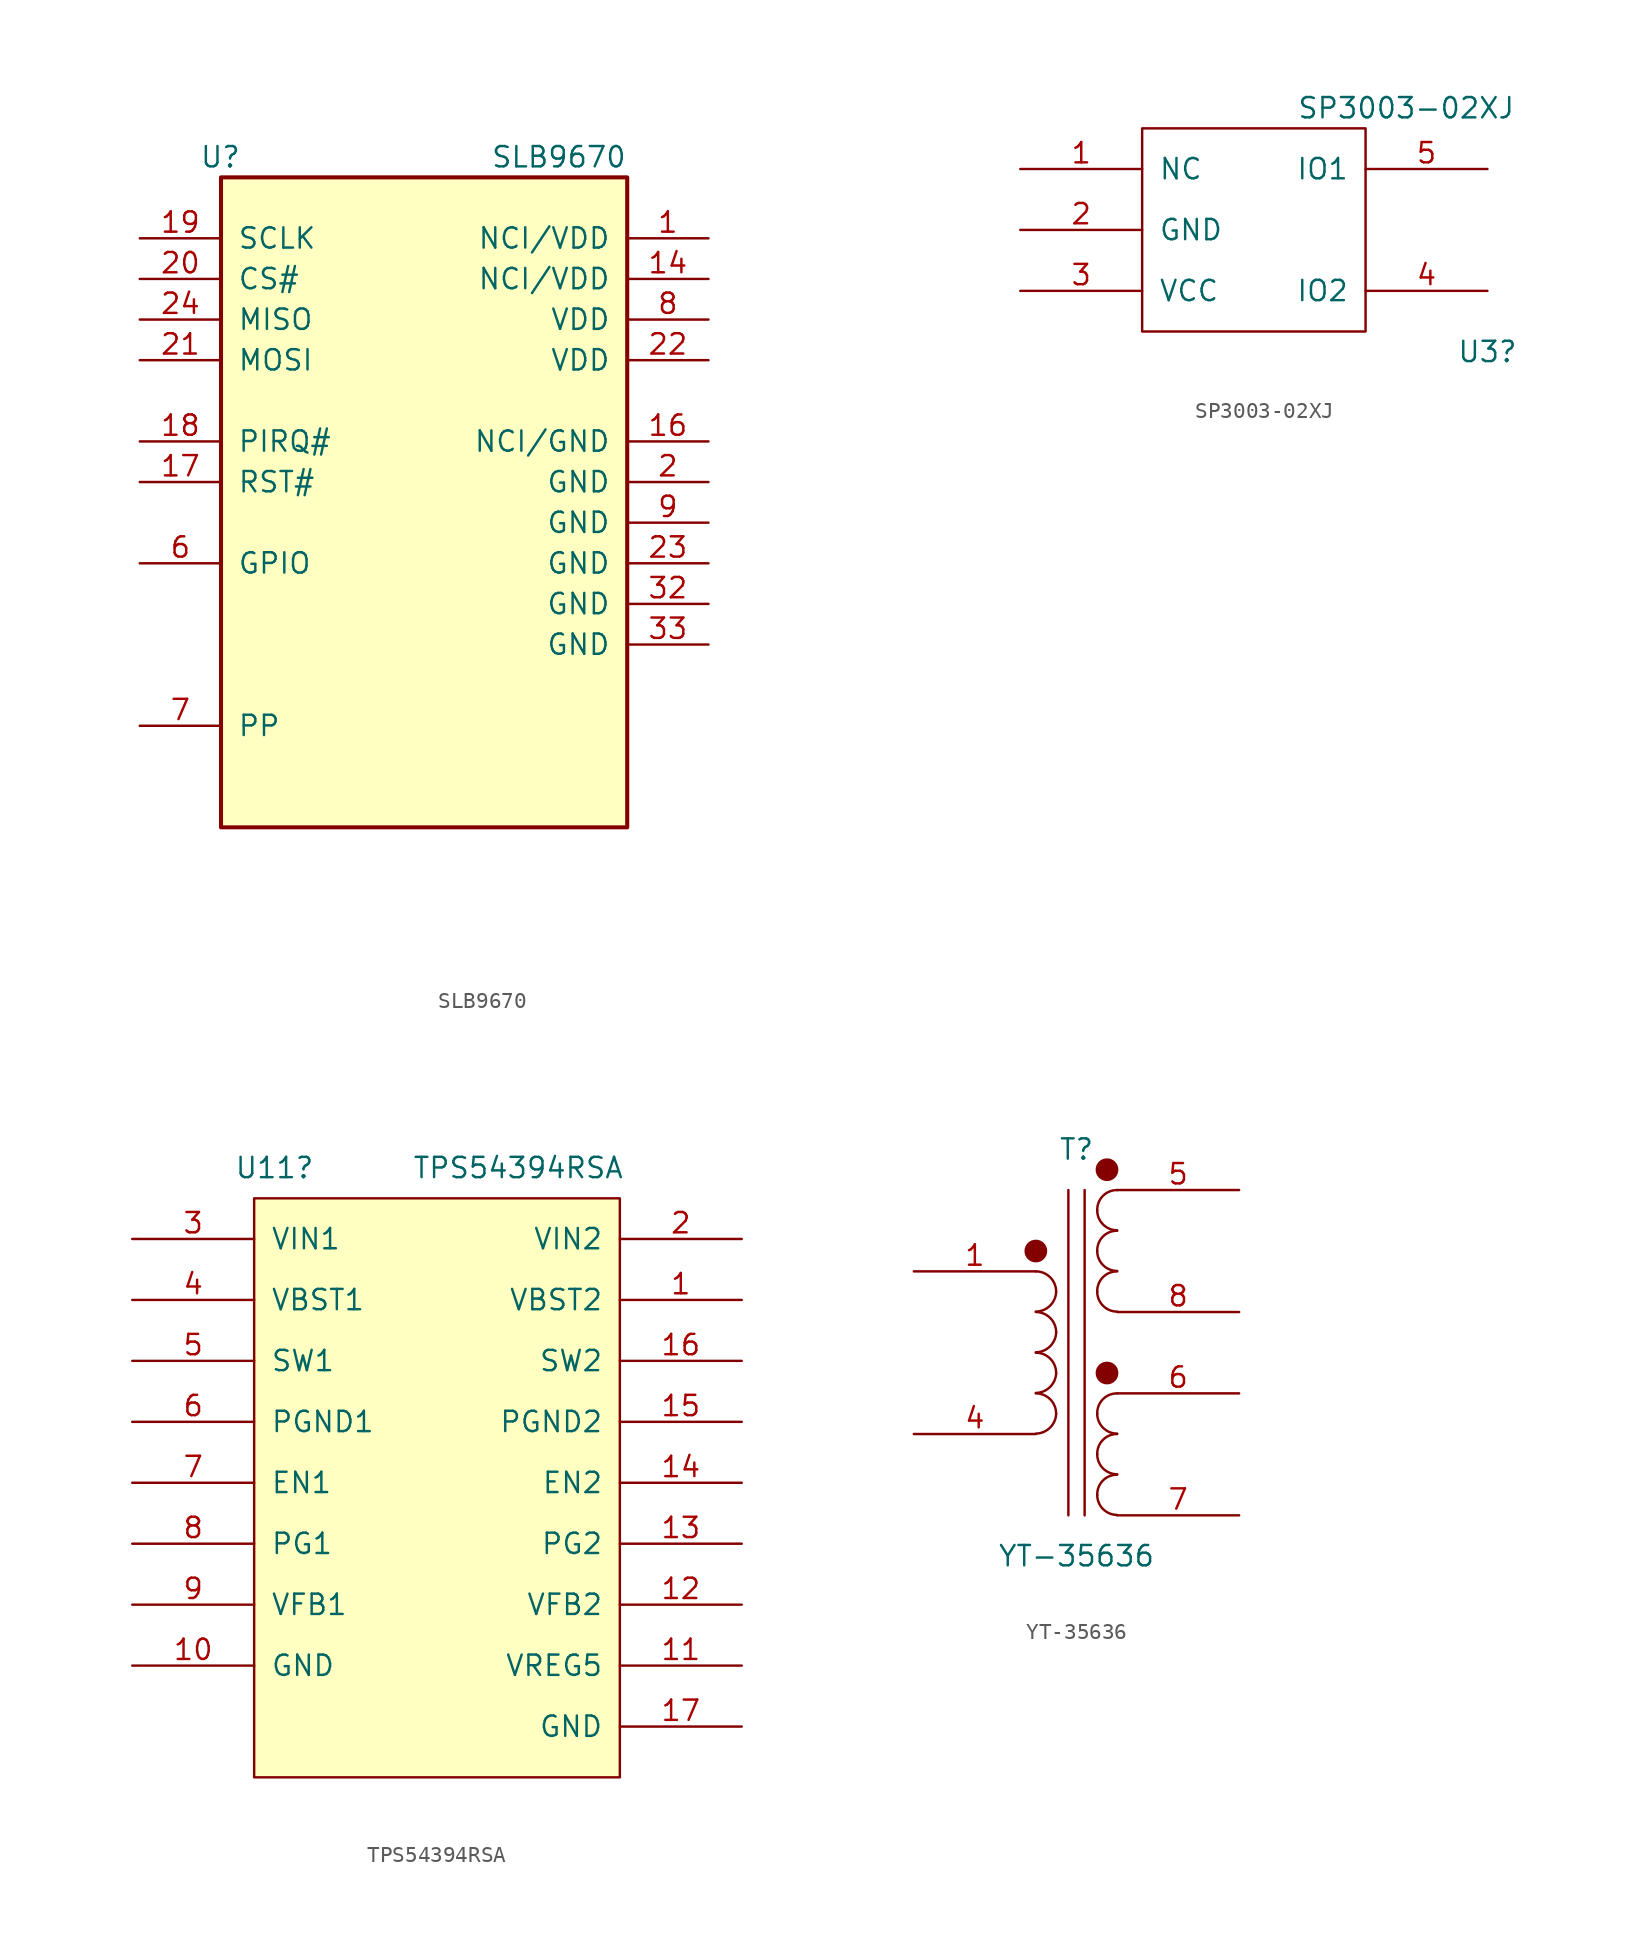
<source format=kicad_sym>
(kicad_symbol_lib
  (version 20211014)
  (generator kicad_symbol_editor)
  (symbol "SLB9670"
    (pin_names
      (offset 1.016))
    (property "Reference" "U"
      (at -11.43 26.67 0)
      (effects (font (size 1.27 1.27)) (justify right)))
    (property "Value" "SLB9670"
      (at 12.7 26.67 0)
      (effects (font (size 1.27 1.27)) (justify right)))
    (symbol "SLB9670_1_1"
      (rectangle (start -12.7 25.4) (end 12.7 -15.24) (stroke (width 0.254) (type default) (color 0 0 0 0)) (fill (type background)))
      (pin power_in line (at 17.78 21.59 180) (length 5.08) (name "NCI/VDD" (effects (font (size 1.27 1.27)))) (number "1" (effects (font (size 1.27 1.27)))))
      (pin no_connect line (at 2.54 -20.32 90) (length 5.08) hide (name "NCI" (effects (font (size 1.27 1.27)))) (number "10" (effects (font (size 1.27 1.27)))))
      (pin no_connect line (at 5.08 -20.32 90) (length 5.08) hide (name "NCI" (effects (font (size 1.27 1.27)))) (number "11" (effects (font (size 1.27 1.27)))))
      (pin no_connect line (at 7.62 -20.32 90) (length 5.08) hide (name "NCI" (effects (font (size 1.27 1.27)))) (number "12" (effects (font (size 1.27 1.27)))))
      (pin no_connect line (at 10.16 -20.32 90) (length 5.08) hide (name "NCI" (effects (font (size 1.27 1.27)))) (number "13" (effects (font (size 1.27 1.27)))))
      (pin power_in line (at 17.78 19.05 180) (length 5.08) (name "NCI/VDD" (effects (font (size 1.27 1.27)))) (number "14" (effects (font (size 1.27 1.27)))))
      (pin no_connect line (at 12.7 -20.32 90) (length 5.08) hide (name "NCI" (effects (font (size 1.27 1.27)))) (number "15" (effects (font (size 1.27 1.27)))))
      (pin power_in line (at 17.78 8.89 180) (length 5.08) (name "NCI/GND" (effects (font (size 1.27 1.27)))) (number "16" (effects (font (size 1.27 1.27)))))
      (pin input line (at -17.78 6.35 0) (length 5.08) (name "RST#" (effects (font (size 1.27 1.27)))) (number "17" (effects (font (size 1.27 1.27)))))
      (pin output line (at -17.78 8.89 0) (length 5.08) (name "PIRQ#" (effects (font (size 1.27 1.27)))) (number "18" (effects (font (size 1.27 1.27)))))
      (pin input line (at -17.78 21.59 0) (length 5.08) (name "SCLK" (effects (font (size 1.27 1.27)))) (number "19" (effects (font (size 1.27 1.27)))))
      (pin power_in line (at 17.78 6.35 180) (length 5.08) (name "GND" (effects (font (size 1.27 1.27)))) (number "2" (effects (font (size 1.27 1.27)))))
      (pin input line (at -17.78 19.05 0) (length 5.08) (name "CS#" (effects (font (size 1.27 1.27)))) (number "20" (effects (font (size 1.27 1.27)))))
      (pin input line (at -17.78 13.97 0) (length 5.08) (name "MOSI" (effects (font (size 1.27 1.27)))) (number "21" (effects (font (size 1.27 1.27)))))
      (pin power_in line (at 17.78 13.97 180) (length 5.08) (name "VDD" (effects (font (size 1.27 1.27)))) (number "22" (effects (font (size 1.27 1.27)))))
      (pin power_in line (at 17.78 1.27 180) (length 5.08) (name "GND" (effects (font (size 1.27 1.27)))) (number "23" (effects (font (size 1.27 1.27)))))
      (pin output line (at -17.78 16.51 0) (length 5.08) (name "MISO" (effects (font (size 1.27 1.27)))) (number "24" (effects (font (size 1.27 1.27)))))
      (pin no_connect line (at 15.24 -20.32 90) (length 5.08) hide (name "NCI" (effects (font (size 1.27 1.27)))) (number "25" (effects (font (size 1.27 1.27)))))
      (pin no_connect line (at 17.78 -20.32 90) (length 5.08) hide (name "NCI" (effects (font (size 1.27 1.27)))) (number "26" (effects (font (size 1.27 1.27)))))
      (pin no_connect line (at 20.32 -20.32 90) (length 5.08) hide (name "NCI" (effects (font (size 1.27 1.27)))) (number "27" (effects (font (size 1.27 1.27)))))
      (pin no_connect line (at 22.86 -20.32 90) (length 5.08) hide (name "NCI" (effects (font (size 1.27 1.27)))) (number "28" (effects (font (size 1.27 1.27)))))
      (pin no_connect line (at -10.16 -20.32 90) (length 5.08) hide (name "NC" (effects (font (size 1.27 1.27)))) (number "29" (effects (font (size 1.27 1.27)))))
      (pin no_connect line (at -5.08 -20.32 90) (length 5.08) hide (name "NCI" (effects (font (size 1.27 1.27)))) (number "3" (effects (font (size 1.27 1.27)))))
      (pin no_connect line (at -7.62 -20.32 90) (length 5.08) hide (name "NC" (effects (font (size 1.27 1.27)))) (number "30" (effects (font (size 1.27 1.27)))))
      (pin no_connect line (at 25.4 -20.32 90) (length 5.08) hide (name "NCI" (effects (font (size 1.27 1.27)))) (number "31" (effects (font (size 1.27 1.27)))))
      (pin power_in line (at 17.78 -1.27 180) (length 5.08) (name "GND" (effects (font (size 1.27 1.27)))) (number "32" (effects (font (size 1.27 1.27)))))
      (pin power_in line (at 17.78 -3.81 180) (length 5.08) (name "GND" (effects (font (size 1.27 1.27)))) (number "33" (effects (font (size 1.27 1.27)))))
      (pin no_connect line (at -2.54 -20.32 90) (length 5.08) hide (name "NCI" (effects (font (size 1.27 1.27)))) (number "4" (effects (font (size 1.27 1.27)))))
      (pin no_connect line (at 0 -20.32 90) (length 5.08) hide (name "NCI" (effects (font (size 1.27 1.27)))) (number "5" (effects (font (size 1.27 1.27)))))
      (pin input line (at -17.78 1.27 0) (length 5.08) (name "GPIO" (effects (font (size 1.27 1.27)))) (number "6" (effects (font (size 1.27 1.27)))))
      (pin input line (at -17.78 -8.89 0) (length 5.08) (name "PP" (effects (font (size 1.27 1.27)))) (number "7" (effects (font (size 1.27 1.27)))))
      (pin power_in line (at 17.78 16.51 180) (length 5.08) (name "VDD" (effects (font (size 1.27 1.27)))) (number "8" (effects (font (size 1.27 1.27)))))
      (pin power_in line (at 17.78 3.81 180) (length 5.08) (name "GND" (effects (font (size 1.27 1.27)))) (number "9" (effects (font (size 1.27 1.27)))))))
  (symbol "SP3003-02XJ"
    (pin_names
      (offset 1.016))
    (property "Reference" "U3"
      (at 10.16 -7.62 0)
      (effects (font (size 1.27 1.27))))
    (property "Value" "SP3003-02XJ"
      (at 5.08 7.62 0)
      (effects (font (size 1.27 1.27))))
    (symbol "SP3003-02XJ_1_0"
      (rectangle (start -11.43 -6.35) (end 2.54 6.35) (stroke (width 0) (type default) (color 0 0 0 0)) (fill (type none))))
    (symbol "SP3003-02XJ_1_1"
      (pin input line (at -19.05 3.81 0) (length 7.62) (name "NC" (effects (font (size 1.27 1.27)))) (number "1" (effects (font (size 1.27 1.27)))))
      (pin input line (at -19.05 0 0) (length 7.62) (name "GND" (effects (font (size 1.27 1.27)))) (number "2" (effects (font (size 1.27 1.27)))))
      (pin input line (at -19.05 -3.81 0) (length 7.62) (name "VCC" (effects (font (size 1.27 1.27)))) (number "3" (effects (font (size 1.27 1.27)))))
      (pin input line (at 10.16 -3.81 180) (length 7.62) (name "IO2" (effects (font (size 1.27 1.27)))) (number "4" (effects (font (size 1.27 1.27)))))
      (pin input line (at 10.16 3.81 180) (length 7.62) (name "IO1" (effects (font (size 1.27 1.27)))) (number "5" (effects (font (size 1.27 1.27)))))))
  (symbol "TPS54394RSA"
    (pin_names
      (offset 1.016))
    (property "Reference" "U11"
      (at -10.16 19.685 0)
      (effects (font (size 1.27 1.27))))
    (property "Value" "TPS54394RSA"
      (at 5.08 19.685 0)
      (effects (font (size 1.27 1.27))))
    (symbol "TPS54394RSA_1_0"
      (rectangle (start -11.43 17.78) (end 11.43 -18.415) (stroke (width 0) (type default) (color 0 0 0 0)) (fill (type background))))
    (symbol "TPS54394RSA_1_1"
      (pin input line (at 19.05 11.43 180) (length 7.62) (name "VBST2" (effects (font (size 1.27 1.27)))) (number "1" (effects (font (size 1.27 1.27)))))
      (pin input line (at -19.05 -11.43 0) (length 7.62) (name "GND" (effects (font (size 1.27 1.27)))) (number "10" (effects (font (size 1.27 1.27)))))
      (pin input line (at 19.05 -11.43 180) (length 7.62) (name "VREG5" (effects (font (size 1.27 1.27)))) (number "11" (effects (font (size 1.27 1.27)))))
      (pin input line (at 19.05 -7.62 180) (length 7.62) (name "VFB2" (effects (font (size 1.27 1.27)))) (number "12" (effects (font (size 1.27 1.27)))))
      (pin input line (at 19.05 -3.81 180) (length 7.62) (name "PG2" (effects (font (size 1.27 1.27)))) (number "13" (effects (font (size 1.27 1.27)))))
      (pin input line (at 19.05 0 180) (length 7.62) (name "EN2" (effects (font (size 1.27 1.27)))) (number "14" (effects (font (size 1.27 1.27)))))
      (pin input line (at 19.05 3.81 180) (length 7.62) (name "PGND2" (effects (font (size 1.27 1.27)))) (number "15" (effects (font (size 1.27 1.27)))))
      (pin input line (at 19.05 7.62 180) (length 7.62) (name "SW2" (effects (font (size 1.27 1.27)))) (number "16" (effects (font (size 1.27 1.27)))))
      (pin input line (at 19.05 -15.24 180) (length 7.62) (name "GND" (effects (font (size 1.27 1.27)))) (number "17" (effects (font (size 1.27 1.27)))))
      (pin input line (at 19.05 15.24 180) (length 7.62) (name "VIN2" (effects (font (size 1.27 1.27)))) (number "2" (effects (font (size 1.27 1.27)))))
      (pin input line (at -19.05 15.24 0) (length 7.62) (name "VIN1" (effects (font (size 1.27 1.27)))) (number "3" (effects (font (size 1.27 1.27)))))
      (pin input line (at -19.05 11.43 0) (length 7.62) (name "VBST1" (effects (font (size 1.27 1.27)))) (number "4" (effects (font (size 1.27 1.27)))))
      (pin input line (at -19.05 7.62 0) (length 7.62) (name "SW1" (effects (font (size 1.27 1.27)))) (number "5" (effects (font (size 1.27 1.27)))))
      (pin input line (at -19.05 3.81 0) (length 7.62) (name "PGND1" (effects (font (size 1.27 1.27)))) (number "6" (effects (font (size 1.27 1.27)))))
      (pin input line (at -19.05 0 0) (length 7.62) (name "EN1" (effects (font (size 1.27 1.27)))) (number "7" (effects (font (size 1.27 1.27)))))
      (pin input line (at -19.05 -3.81 0) (length 7.62) (name "PG1" (effects (font (size 1.27 1.27)))) (number "8" (effects (font (size 1.27 1.27)))))
      (pin input line (at -19.05 -7.62 0) (length 7.62) (name "VFB1" (effects (font (size 1.27 1.27)))) (number "9" (effects (font (size 1.27 1.27)))))))
  (symbol "YT-35636"
    (pin_names
      (offset 1.016) hide)
    (property "Reference" "T"
      (at 0 12.7 0)
      (effects (font (size 1.27 1.27))))
    (property "Value" "YT-35636"
      (at 0 -12.7 0)
      (effects (font (size 1.27 1.27))))
    (symbol "YT-35636_0_1"
      (arc (start -2.54 -5.0546) (mid -1.6561 -4.6863) (end -1.27 -3.81) (stroke (width 0) (type default) (color 0 0 0 0)) (fill (type none)))
      (arc (start -2.54 -2.5146) (mid -1.6561 -2.1463) (end -1.27 -1.27) (stroke (width 0) (type default) (color 0 0 0 0)) (fill (type none)))
      (arc (start -2.54 0.0254) (mid -1.6561 0.3937) (end -1.27 1.27) (stroke (width 0) (type default) (color 0 0 0 0)) (fill (type none)))
      (arc (start -2.54 2.5654) (mid -1.6561 2.9337) (end -1.27 3.81) (stroke (width 0) (type default) (color 0 0 0 0)) (fill (type none)))
      (circle (center -2.54 6.35) (radius 0.635) (stroke (width 0.152) (type default) (color 0 0 0 0)) (fill (type outline)))
      (arc (start -1.27 -3.81) (mid -1.642 -2.912) (end -2.54 -2.54) (stroke (width 0) (type default) (color 0 0 0 0)) (fill (type none)))
      (arc (start -1.27 -1.27) (mid -1.642 -0.372) (end -2.54 0) (stroke (width 0) (type default) (color 0 0 0 0)) (fill (type none)))
      (arc (start -1.27 1.27) (mid -1.642 2.168) (end -2.54 2.54) (stroke (width 0) (type default) (color 0 0 0 0)) (fill (type none)))
      (arc (start -1.27 3.81) (mid -1.642 4.708) (end -2.54 5.08) (stroke (width 0) (type default) (color 0 0 0 0)) (fill (type none)))
      (polyline (pts (xy -0.508 -10.16) (xy -0.508 10.16)) (stroke (width 0) (type default) (color 0 0 0 0)) (fill (type none)))
      (polyline (pts (xy 0.508 10.16) (xy 0.508 -10.16)) (stroke (width 0) (type default) (color 0 0 0 0)) (fill (type none)))
      (arc (start 1.2954 -8.89) (mid 1.6599 -9.7701) (end 2.54 -10.1346) (stroke (width 0) (type default) (color 0 0 0 0)) (fill (type none)))
      (arc (start 1.2954 -6.35) (mid 1.6599 -7.2301) (end 2.54 -7.5946) (stroke (width 0) (type default) (color 0 0 0 0)) (fill (type none)))
      (arc (start 1.2954 -3.81) (mid 1.6599 -4.6901) (end 2.54 -5.0546) (stroke (width 0) (type default) (color 0 0 0 0)) (fill (type none)))
      (arc (start 1.2954 3.81) (mid 1.6599 2.9299) (end 2.54 2.5654) (stroke (width 0) (type default) (color 0 0 0 0)) (fill (type none)))
      (arc (start 1.2954 6.35) (mid 1.6599 5.4699) (end 2.54 5.1054) (stroke (width 0) (type default) (color 0 0 0 0)) (fill (type none)))
      (arc (start 1.2954 8.89) (mid 1.6599 8.0099) (end 2.54 7.6454) (stroke (width 0) (type default) (color 0 0 0 0)) (fill (type none)))
      (circle (center 1.905 -1.27) (radius 0.635) (stroke (width 0.152) (type default) (color 0 0 0 0)) (fill (type outline)))
      (circle (center 1.905 11.43) (radius 0.635) (stroke (width 0.152) (type default) (color 0 0 0 0)) (fill (type outline)))
      (arc (start 2.54 -7.62) (mid 1.6456 -7.9883) (end 1.2954 -8.89) (stroke (width 0) (type default) (color 0 0 0 0)) (fill (type none)))
      (arc (start 2.54 -5.08) (mid 1.6456 -5.4483) (end 1.2954 -6.35) (stroke (width 0) (type default) (color 0 0 0 0)) (fill (type none)))
      (arc (start 2.54 -2.54) (mid 1.6456 -2.9083) (end 1.2954 -3.81) (stroke (width 0) (type default) (color 0 0 0 0)) (fill (type none)))
      (arc (start 2.54 5.08) (mid 1.6456 4.7117) (end 1.2954 3.81) (stroke (width 0) (type default) (color 0 0 0 0)) (fill (type none)))
      (arc (start 2.54 7.62) (mid 1.6456 7.2517) (end 1.2954 6.35) (stroke (width 0) (type default) (color 0 0 0 0)) (fill (type none)))
      (arc (start 2.54 10.16) (mid 1.6456 9.7917) (end 1.2954 8.89) (stroke (width 0) (type default) (color 0 0 0 0)) (fill (type none))))
    (symbol "YT-35636_1_1"
      (pin passive line (at -10.16 5.08 0) (length 7.62) (name "AA" (effects (font (size 1.27 1.27)))) (number "1" (effects (font (size 1.27 1.27)))))
      (pin passive line (at -10.16 -5.08 0) (length 7.62) (name "AB" (effects (font (size 1.27 1.27)))) (number "4" (effects (font (size 1.27 1.27)))))
      (pin passive line (at 10.16 10.16 180) (length 7.62) (name "SA" (effects (font (size 1.27 1.27)))) (number "5" (effects (font (size 1.27 1.27)))))
      (pin passive line (at 10.16 -2.54 180) (length 7.62) (name "SC" (effects (font (size 1.27 1.27)))) (number "6" (effects (font (size 1.27 1.27)))))
      (pin passive line (at 10.16 -10.16 180) (length 7.62) (name "SD" (effects (font (size 1.27 1.27)))) (number "7" (effects (font (size 1.27 1.27)))))
      (pin passive line (at 10.16 2.54 180) (length 7.62) (name "SB" (effects (font (size 1.27 1.27)))) (number "8" (effects (font (size 1.27 1.27))))))))
</source>
